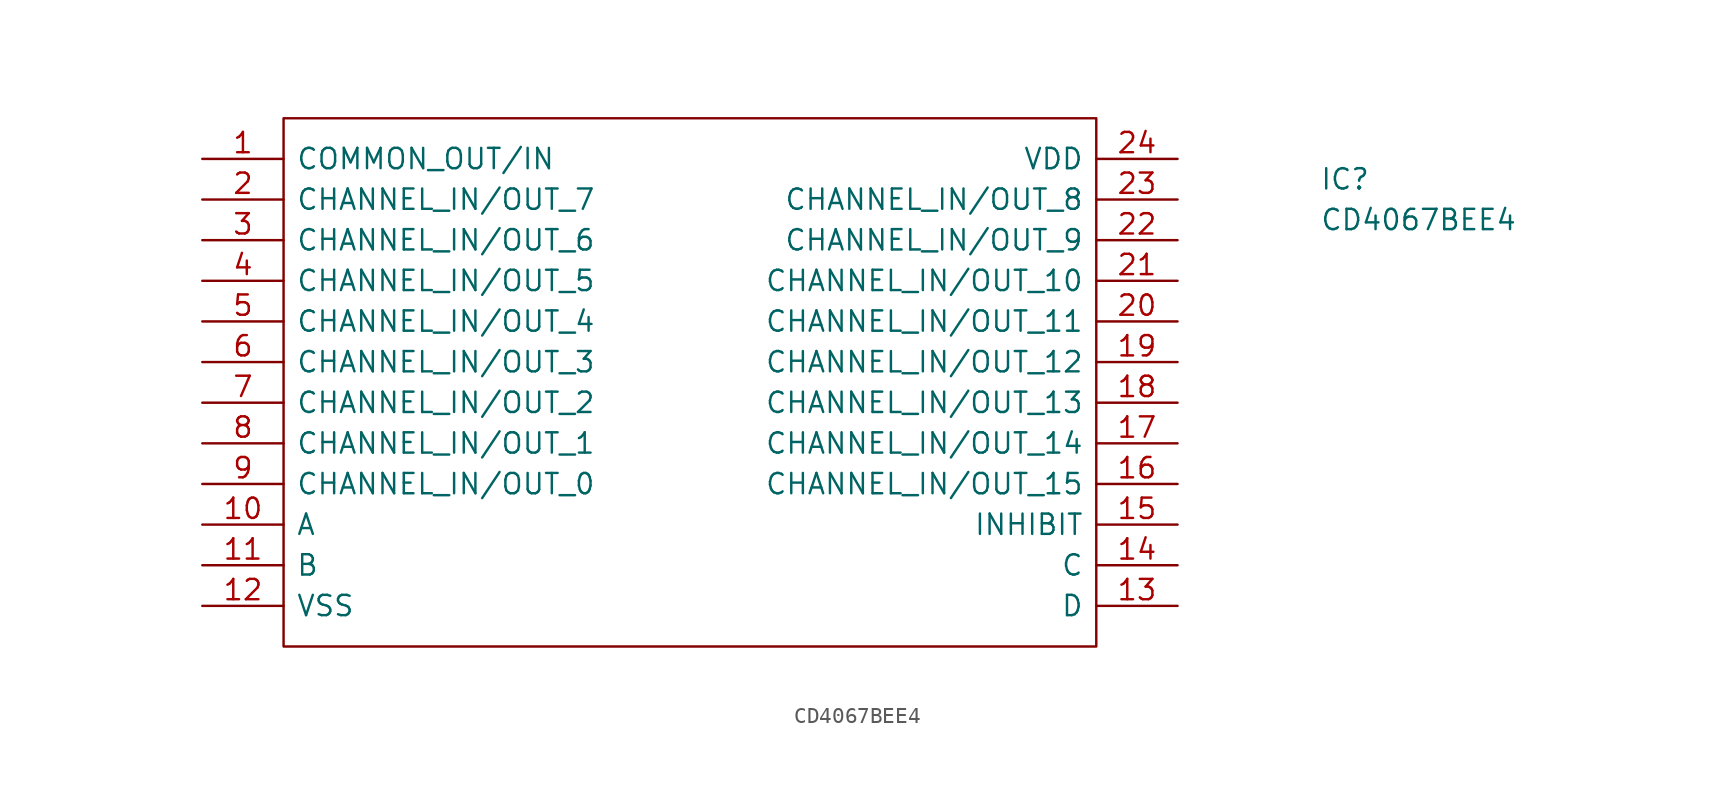
<source format=kicad_sym>
(kicad_symbol_lib
  (version 20211014)
  (generator kicad_symbol_editor)
  (symbol "CD4067BEE4"
    (pin_names
      (offset 0.762))
    (property "Reference" "IC"
      (at 69.85 -1.27 0)
      (effects (font (size 1.27 1.27)) (justify left)))
    (property "Value" "CD4067BEE4"
      (at 69.85 -3.81 0)
      (effects (font (size 1.27 1.27)) (justify left)))
    (symbol "CD4067BEE4_0_0"
      (pin passive line (at 0 0 0) (length 5.08) (name "COMMON_OUT/IN" (effects (font (size 1.27 1.27)))) (number "1" (effects (font (size 1.27 1.27)))))
      (pin passive line (at 0 -22.86 0) (length 5.08) (name "A" (effects (font (size 1.27 1.27)))) (number "10" (effects (font (size 1.27 1.27)))))
      (pin passive line (at 0 -25.4 0) (length 5.08) (name "B" (effects (font (size 1.27 1.27)))) (number "11" (effects (font (size 1.27 1.27)))))
      (pin passive line (at 0 -27.94 0) (length 5.08) (name "VSS" (effects (font (size 1.27 1.27)))) (number "12" (effects (font (size 1.27 1.27)))))
      (pin passive line (at 60.96 -27.94 180) (length 5.08) (name "D" (effects (font (size 1.27 1.27)))) (number "13" (effects (font (size 1.27 1.27)))))
      (pin passive line (at 60.96 -25.4 180) (length 5.08) (name "C" (effects (font (size 1.27 1.27)))) (number "14" (effects (font (size 1.27 1.27)))))
      (pin passive line (at 60.96 -22.86 180) (length 5.08) (name "INHIBIT" (effects (font (size 1.27 1.27)))) (number "15" (effects (font (size 1.27 1.27)))))
      (pin passive line (at 60.96 -20.32 180) (length 5.08) (name "CHANNEL_IN/OUT_15" (effects (font (size 1.27 1.27)))) (number "16" (effects (font (size 1.27 1.27)))))
      (pin passive line (at 60.96 -17.78 180) (length 5.08) (name "CHANNEL_IN/OUT_14" (effects (font (size 1.27 1.27)))) (number "17" (effects (font (size 1.27 1.27)))))
      (pin passive line (at 60.96 -15.24 180) (length 5.08) (name "CHANNEL_IN/OUT_13" (effects (font (size 1.27 1.27)))) (number "18" (effects (font (size 1.27 1.27)))))
      (pin passive line (at 60.96 -12.7 180) (length 5.08) (name "CHANNEL_IN/OUT_12" (effects (font (size 1.27 1.27)))) (number "19" (effects (font (size 1.27 1.27)))))
      (pin passive line (at 0 -2.54 0) (length 5.08) (name "CHANNEL_IN/OUT_7" (effects (font (size 1.27 1.27)))) (number "2" (effects (font (size 1.27 1.27)))))
      (pin passive line (at 60.96 -10.16 180) (length 5.08) (name "CHANNEL_IN/OUT_11" (effects (font (size 1.27 1.27)))) (number "20" (effects (font (size 1.27 1.27)))))
      (pin passive line (at 60.96 -7.62 180) (length 5.08) (name "CHANNEL_IN/OUT_10" (effects (font (size 1.27 1.27)))) (number "21" (effects (font (size 1.27 1.27)))))
      (pin passive line (at 60.96 -5.08 180) (length 5.08) (name "CHANNEL_IN/OUT_9" (effects (font (size 1.27 1.27)))) (number "22" (effects (font (size 1.27 1.27)))))
      (pin passive line (at 60.96 -2.54 180) (length 5.08) (name "CHANNEL_IN/OUT_8" (effects (font (size 1.27 1.27)))) (number "23" (effects (font (size 1.27 1.27)))))
      (pin passive line (at 60.96 0 180) (length 5.08) (name "VDD" (effects (font (size 1.27 1.27)))) (number "24" (effects (font (size 1.27 1.27)))))
      (pin passive line (at 0 -5.08 0) (length 5.08) (name "CHANNEL_IN/OUT_6" (effects (font (size 1.27 1.27)))) (number "3" (effects (font (size 1.27 1.27)))))
      (pin passive line (at 0 -7.62 0) (length 5.08) (name "CHANNEL_IN/OUT_5" (effects (font (size 1.27 1.27)))) (number "4" (effects (font (size 1.27 1.27)))))
      (pin passive line (at 0 -10.16 0) (length 5.08) (name "CHANNEL_IN/OUT_4" (effects (font (size 1.27 1.27)))) (number "5" (effects (font (size 1.27 1.27)))))
      (pin passive line (at 0 -12.7 0) (length 5.08) (name "CHANNEL_IN/OUT_3" (effects (font (size 1.27 1.27)))) (number "6" (effects (font (size 1.27 1.27)))))
      (pin passive line (at 0 -15.24 0) (length 5.08) (name "CHANNEL_IN/OUT_2" (effects (font (size 1.27 1.27)))) (number "7" (effects (font (size 1.27 1.27)))))
      (pin passive line (at 0 -17.78 0) (length 5.08) (name "CHANNEL_IN/OUT_1" (effects (font (size 1.27 1.27)))) (number "8" (effects (font (size 1.27 1.27)))))
      (pin passive line (at 0 -20.32 0) (length 5.08) (name "CHANNEL_IN/OUT_0" (effects (font (size 1.27 1.27)))) (number "9" (effects (font (size 1.27 1.27))))))
    (symbol "CD4067BEE4_0_1"
      (polyline (pts (xy 5.08 2.54) (xy 55.88 2.54) (xy 55.88 -30.48) (xy 5.08 -30.48) (xy 5.08 2.54)) (stroke (width 0.152) (type default) (color 0 0 0 0)) (fill (type none))))))
</source>
